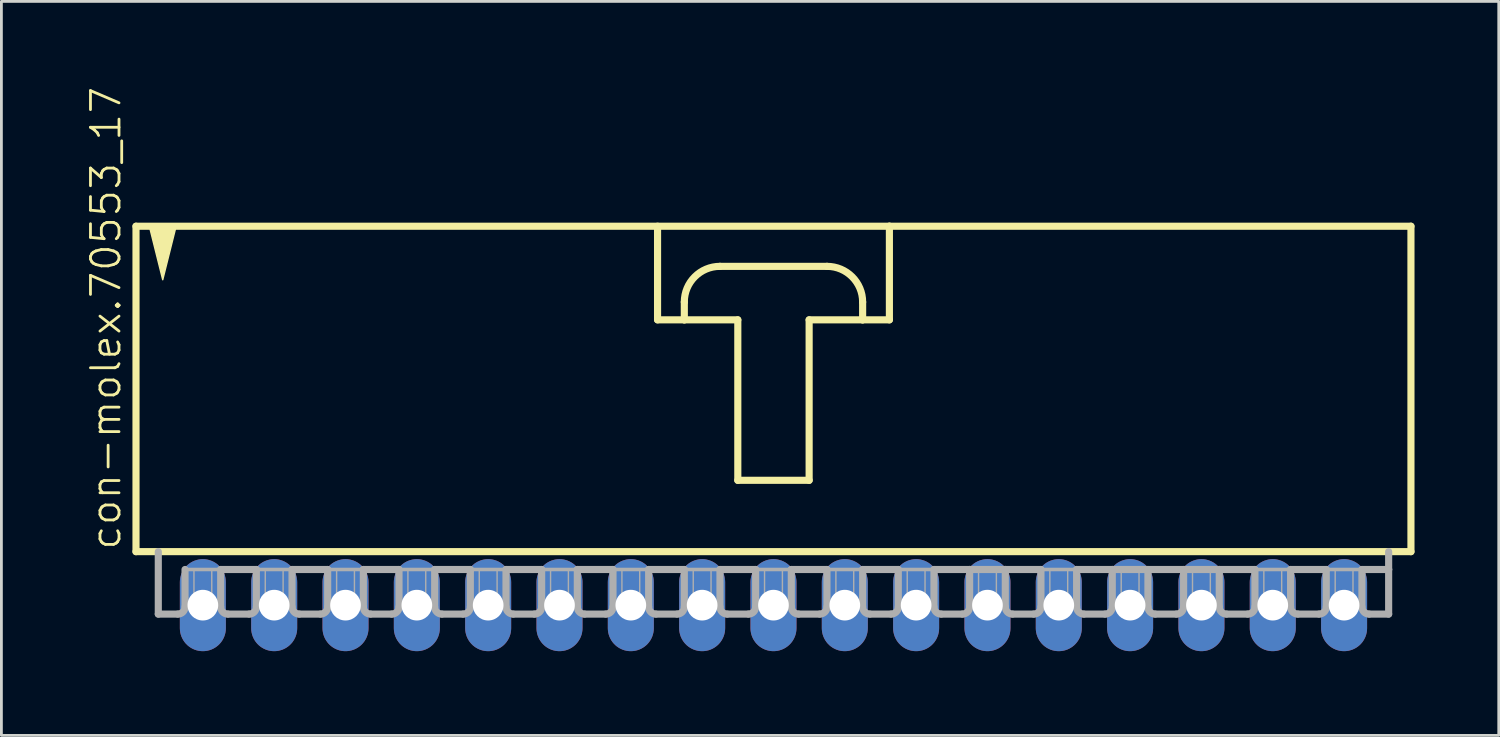
<source format=kicad_pcb>
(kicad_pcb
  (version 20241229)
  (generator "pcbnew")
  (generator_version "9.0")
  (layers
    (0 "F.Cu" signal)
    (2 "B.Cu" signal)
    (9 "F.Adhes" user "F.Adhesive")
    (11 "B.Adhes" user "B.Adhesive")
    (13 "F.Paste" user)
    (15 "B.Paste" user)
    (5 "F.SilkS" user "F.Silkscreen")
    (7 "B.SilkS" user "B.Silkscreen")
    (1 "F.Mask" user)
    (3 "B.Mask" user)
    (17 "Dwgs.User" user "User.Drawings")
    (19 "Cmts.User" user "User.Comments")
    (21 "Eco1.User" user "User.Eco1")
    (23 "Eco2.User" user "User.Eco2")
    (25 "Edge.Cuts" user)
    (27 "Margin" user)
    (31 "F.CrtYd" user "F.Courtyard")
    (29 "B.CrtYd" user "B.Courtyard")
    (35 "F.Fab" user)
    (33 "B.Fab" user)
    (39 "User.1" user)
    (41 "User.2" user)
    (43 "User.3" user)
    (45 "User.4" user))
  (footprint "con-molex.70553_17"
    (layer "F.Cu")
    (at 24.494 10.88)
    (property "Reference" "con-molex.70553_17" (at -23.177 5.715 90) (layer "F.SilkS") (effects (font (size 1.016 1.016) (thickness 0.1)) (justify left bottom)))
    (attr through_hole)
    (fp_line (start -22.701 -5.874) (end -22.701 5.715) (stroke (width 0.254) (type default)) (layer "F.SilkS"))
    (fp_line (start -22.701 5.715) (end 22.701 5.715) (stroke (width 0.254) (type default)) (layer "F.SilkS"))
    (fp_line (start -4.128 -5.874) (end -4.128 -2.54) (stroke (width 0.254) (type default)) (layer "F.SilkS"))
    (fp_line (start -4.128 -2.54) (end -3.175 -2.54) (stroke (width 0.254) (type default)) (layer "F.SilkS"))
    (fp_line (start -3.175 -2.54) (end -3.175 -3.175) (stroke (width 0.254) (type default)) (layer "F.SilkS"))
    (fp_line (start -3.175 -2.54) (end -1.27 -2.54) (stroke (width 0.254) (type default)) (layer "F.SilkS"))
    (fp_line (start -1.905 -4.445) (end 1.905 -4.445) (stroke (width 0.254) (type default)) (layer "F.SilkS"))
    (fp_line (start -1.27 -2.54) (end -1.27 3.175) (stroke (width 0.254) (type default)) (layer "F.SilkS"))
    (fp_line (start -1.27 3.175) (end 1.27 3.175) (stroke (width 0.254) (type default)) (layer "F.SilkS"))
    (fp_line (start 1.27 -2.54) (end 3.175 -2.54) (stroke (width 0.254) (type default)) (layer "F.SilkS"))
    (fp_line (start 1.27 3.175) (end 1.27 -2.54) (stroke (width 0.254) (type default)) (layer "F.SilkS"))
    (fp_line (start 3.175 -3.175) (end 3.175 -2.54) (stroke (width 0.254) (type default)) (layer "F.SilkS"))
    (fp_line (start 3.175 -2.54) (end 4.128 -2.54) (stroke (width 0.254) (type default)) (layer "F.SilkS"))
    (fp_line (start 4.128 -5.874) (end -22.701 -5.874) (stroke (width 0.254) (type default)) (layer "F.SilkS"))
    (fp_line (start 4.128 -2.54) (end 4.128 -5.874) (stroke (width 0.254) (type default)) (layer "F.SilkS"))
    (fp_line (start 22.701 -5.874) (end 4.128 -5.874) (stroke (width 0.254) (type default)) (layer "F.SilkS"))
    (fp_line (start 22.701 5.715) (end 22.701 -5.874) (stroke (width 0.254) (type default)) (layer "F.SilkS"))
    (fp_arc (start -3.175 -3.175) (mid -2.803026 -4.073026) (end -1.905 -4.445) (stroke (width 0.254) (type default)) (layer "F.SilkS"))
    (fp_arc (start 1.905 -4.445) (mid 2.803026 -4.073026) (end 3.175 -3.175) (stroke (width 0.254) (type default)) (layer "F.SilkS"))
    (fp_poly (pts (xy -22.225 -5.874) (xy -21.749 -3.969) (xy -21.273 -5.874)) (stroke (width 0.051) (type default)) (fill yes) (layer "F.SilkS"))
    (fp_line (start -21.907 5.715) (end -21.907 7.938) (stroke (width 0.254) (type default)) (layer "F.Fab"))
    (fp_line (start -21.209 7.938) (end -21.907 7.938) (stroke (width 0.254) (type default)) (layer "F.Fab"))
    (fp_line (start -20.955 6.35) (end -20.955 7.684) (stroke (width 0.254) (type default)) (layer "F.Fab"))
    (fp_line (start -20.955 6.35) (end -19.685 6.35) (stroke (width 0.127) (type default)) (layer "F.Fab"))
    (fp_line (start -19.685 6.35) (end -19.685 7.684) (stroke (width 0.254) (type default)) (layer "F.Fab"))
    (fp_line (start -19.685 6.35) (end -18.415 6.35) (stroke (width 0.254) (type default)) (layer "F.Fab"))
    (fp_line (start -18.669 7.938) (end -19.431 7.938) (stroke (width 0.254) (type default)) (layer "F.Fab"))
    (fp_line (start -18.415 6.35) (end -18.415 7.684) (stroke (width 0.254) (type default)) (layer "F.Fab"))
    (fp_line (start -18.415 6.35) (end -17.145 6.35) (stroke (width 0.127) (type default)) (layer "F.Fab"))
    (fp_line (start -17.145 6.35) (end -17.145 7.684) (stroke (width 0.254) (type default)) (layer "F.Fab"))
    (fp_line (start -17.145 6.35) (end -15.875 6.35) (stroke (width 0.254) (type default)) (layer "F.Fab"))
    (fp_line (start -16.129 7.938) (end -16.891 7.938) (stroke (width 0.254) (type default)) (layer "F.Fab"))
    (fp_line (start -15.875 6.35) (end -15.875 7.684) (stroke (width 0.254) (type default)) (layer "F.Fab"))
    (fp_line (start -15.875 6.35) (end -14.605 6.35) (stroke (width 0.127) (type default)) (layer "F.Fab"))
    (fp_line (start -14.605 6.35) (end -14.605 7.684) (stroke (width 0.254) (type default)) (layer "F.Fab"))
    (fp_line (start -14.605 6.35) (end -13.335 6.35) (stroke (width 0.254) (type default)) (layer "F.Fab"))
    (fp_line (start -13.589 7.938) (end -14.351 7.938) (stroke (width 0.254) (type default)) (layer "F.Fab"))
    (fp_line (start -13.335 6.35) (end -13.335 7.684) (stroke (width 0.254) (type default)) (layer "F.Fab"))
    (fp_line (start -13.335 6.35) (end -12.065 6.35) (stroke (width 0.127) (type default)) (layer "F.Fab"))
    (fp_line (start -12.065 6.35) (end -12.065 7.684) (stroke (width 0.254) (type default)) (layer "F.Fab"))
    (fp_line (start -12.065 6.35) (end -10.795 6.35) (stroke (width 0.254) (type default)) (layer "F.Fab"))
    (fp_line (start -11.049 7.938) (end -11.811 7.938) (stroke (width 0.254) (type default)) (layer "F.Fab"))
    (fp_line (start -10.795 6.35) (end -10.795 7.684) (stroke (width 0.254) (type default)) (layer "F.Fab"))
    (fp_line (start -10.795 6.35) (end -9.525 6.35) (stroke (width 0.127) (type default)) (layer "F.Fab"))
    (fp_line (start -9.525 6.35) (end -9.525 7.684) (stroke (width 0.254) (type default)) (layer "F.Fab"))
    (fp_line (start -9.525 6.35) (end -8.255 6.35) (stroke (width 0.254) (type default)) (layer "F.Fab"))
    (fp_line (start -8.509 7.938) (end -9.271 7.938) (stroke (width 0.254) (type default)) (layer "F.Fab"))
    (fp_line (start -8.255 6.35) (end -8.255 7.684) (stroke (width 0.254) (type default)) (layer "F.Fab"))
    (fp_line (start -8.255 6.35) (end -6.985 6.35) (stroke (width 0.127) (type default)) (layer "F.Fab"))
    (fp_line (start -6.985 6.35) (end -6.985 7.684) (stroke (width 0.254) (type default)) (layer "F.Fab"))
    (fp_line (start -6.985 6.35) (end -5.715 6.35) (stroke (width 0.254) (type default)) (layer "F.Fab"))
    (fp_line (start -5.969 7.938) (end -6.731 7.938) (stroke (width 0.254) (type default)) (layer "F.Fab"))
    (fp_line (start -5.715 6.35) (end -5.715 7.684) (stroke (width 0.254) (type default)) (layer "F.Fab"))
    (fp_line (start -5.715 6.35) (end -4.445 6.35) (stroke (width 0.127) (type default)) (layer "F.Fab"))
    (fp_line (start -4.445 6.35) (end -4.445 7.684) (stroke (width 0.254) (type default)) (layer "F.Fab"))
    (fp_line (start -4.445 6.35) (end -3.175 6.35) (stroke (width 0.254) (type default)) (layer "F.Fab"))
    (fp_line (start -3.429 7.938) (end -4.191 7.938) (stroke (width 0.254) (type default)) (layer "F.Fab"))
    (fp_line (start -3.175 6.35) (end -3.175 7.684) (stroke (width 0.254) (type default)) (layer "F.Fab"))
    (fp_line (start -3.175 6.35) (end -1.905 6.35) (stroke (width 0.127) (type default)) (layer "F.Fab"))
    (fp_line (start -1.905 6.35) (end -1.905 7.684) (stroke (width 0.254) (type default)) (layer "F.Fab"))
    (fp_line (start -1.905 6.35) (end -0.635 6.35) (stroke (width 0.254) (type default)) (layer "F.Fab"))
    (fp_line (start -0.889 7.938) (end -1.651 7.938) (stroke (width 0.254) (type default)) (layer "F.Fab"))
    (fp_line (start -0.635 6.35) (end -0.635 7.684) (stroke (width 0.254) (type default)) (layer "F.Fab"))
    (fp_line (start -0.635 6.35) (end 0.635 6.35) (stroke (width 0.127) (type default)) (layer "F.Fab"))
    (fp_line (start 0.635 6.35) (end 0.635 7.684) (stroke (width 0.254) (type default)) (layer "F.Fab"))
    (fp_line (start 0.635 6.35) (end 1.905 6.35) (stroke (width 0.254) (type default)) (layer "F.Fab"))
    (fp_line (start 1.651 7.938) (end 0.889 7.938) (stroke (width 0.254) (type default)) (layer "F.Fab"))
    (fp_line (start 1.905 6.35) (end 1.905 7.684) (stroke (width 0.254) (type default)) (layer "F.Fab"))
    (fp_line (start 1.905 6.35) (end 3.175 6.35) (stroke (width 0.127) (type default)) (layer "F.Fab"))
    (fp_line (start 3.175 6.35) (end 3.175 7.684) (stroke (width 0.254) (type default)) (layer "F.Fab"))
    (fp_line (start 3.175 6.35) (end 4.445 6.35) (stroke (width 0.254) (type default)) (layer "F.Fab"))
    (fp_line (start 4.191 7.938) (end 3.429 7.938) (stroke (width 0.254) (type default)) (layer "F.Fab"))
    (fp_line (start 4.445 6.35) (end 4.445 7.684) (stroke (width 0.254) (type default)) (layer "F.Fab"))
    (fp_line (start 4.445 6.35) (end 5.715 6.35) (stroke (width 0.127) (type default)) (layer "F.Fab"))
    (fp_line (start 5.715 6.35) (end 5.715 7.684) (stroke (width 0.254) (type default)) (layer "F.Fab"))
    (fp_line (start 5.715 6.35) (end 6.985 6.35) (stroke (width 0.254) (type default)) (layer "F.Fab"))
    (fp_line (start 6.731 7.938) (end 5.969 7.938) (stroke (width 0.254) (type default)) (layer "F.Fab"))
    (fp_line (start 6.985 6.35) (end 6.985 7.684) (stroke (width 0.254) (type default)) (layer "F.Fab"))
    (fp_line (start 6.985 6.35) (end 8.255 6.35) (stroke (width 0.254) (type default)) (layer "F.Fab"))
    (fp_line (start 8.255 6.35) (end 8.255 7.684) (stroke (width 0.254) (type default)) (layer "F.Fab"))
    (fp_line (start 8.255 6.35) (end 9.525 6.35) (stroke (width 0.254) (type default)) (layer "F.Fab"))
    (fp_line (start 9.271 7.938) (end 8.509 7.938) (stroke (width 0.254) (type default)) (layer "F.Fab"))
    (fp_line (start 9.525 6.35) (end 9.525 7.684) (stroke (width 0.254) (type default)) (layer "F.Fab"))
    (fp_line (start 9.525 6.35) (end 10.795 6.35) (stroke (width 0.127) (type default)) (layer "F.Fab"))
    (fp_line (start 10.795 6.35) (end 10.795 7.684) (stroke (width 0.254) (type default)) (layer "F.Fab"))
    (fp_line (start 10.795 6.35) (end 12.065 6.35) (stroke (width 0.254) (type default)) (layer "F.Fab"))
    (fp_line (start 11.811 7.938) (end 11.049 7.938) (stroke (width 0.254) (type default)) (layer "F.Fab"))
    (fp_line (start 12.065 6.35) (end 12.065 7.684) (stroke (width 0.254) (type default)) (layer "F.Fab"))
    (fp_line (start 12.065 6.35) (end 15.875 6.35) (stroke (width 0.254) (type default)) (layer "F.Fab"))
    (fp_line (start 13.335 6.35) (end 13.335 7.684) (stroke (width 0.254) (type default)) (layer "F.Fab"))
    (fp_line (start 14.351 7.938) (end 13.589 7.938) (stroke (width 0.254) (type default)) (layer "F.Fab"))
    (fp_line (start 14.605 6.35) (end 14.605 7.684) (stroke (width 0.254) (type default)) (layer "F.Fab"))
    (fp_line (start 15.875 6.35) (end 15.875 7.684) (stroke (width 0.254) (type default)) (layer "F.Fab"))
    (fp_line (start 15.875 6.35) (end 17.145 6.35) (stroke (width 0.254) (type default)) (layer "F.Fab"))
    (fp_line (start 16.129 7.938) (end 16.891 7.938) (stroke (width 0.254) (type default)) (layer "F.Fab"))
    (fp_line (start 17.145 6.35) (end 18.415 6.35) (stroke (width 0.127) (type default)) (layer "F.Fab"))
    (fp_line (start 17.145 7.684) (end 17.145 6.35) (stroke (width 0.254) (type default)) (layer "F.Fab"))
    (fp_line (start 18.415 6.35) (end 18.415 7.684) (stroke (width 0.254) (type default)) (layer "F.Fab"))
    (fp_line (start 18.415 6.35) (end 19.685 6.35) (stroke (width 0.254) (type default)) (layer "F.Fab"))
    (fp_line (start 18.669 7.938) (end 19.431 7.938) (stroke (width 0.254) (type default)) (layer "F.Fab"))
    (fp_line (start 19.685 6.35) (end 20.955 6.35) (stroke (width 0.127) (type default)) (layer "F.Fab"))
    (fp_line (start 19.685 7.684) (end 19.685 6.35) (stroke (width 0.254) (type default)) (layer "F.Fab"))
    (fp_line (start 20.955 6.35) (end 20.955 7.684) (stroke (width 0.254) (type default)) (layer "F.Fab"))
    (fp_line (start 20.955 6.35) (end 21.907 6.35) (stroke (width 0.254) (type default)) (layer "F.Fab"))
    (fp_line (start 21.209 7.938) (end 21.907 7.938) (stroke (width 0.254) (type default)) (layer "F.Fab"))
    (fp_line (start 21.907 6.35) (end 21.907 5.715) (stroke (width 0.254) (type default)) (layer "F.Fab"))
    (fp_line (start 21.907 7.938) (end 21.907 6.35) (stroke (width 0.254) (type default)) (layer "F.Fab"))
    (fp_rect (start -20.637 7.62) (end -20.003 6.35) (stroke (width 0.05) (type default)) (fill no) (layer "F.Fab"))
    (fp_rect (start -18.098 7.62) (end -17.462 6.35) (stroke (width 0.05) (type default)) (fill no) (layer "F.Fab"))
    (fp_rect (start -15.557 7.62) (end -14.922 6.35) (stroke (width 0.05) (type default)) (fill no) (layer "F.Fab"))
    (fp_rect (start -13.018 7.62) (end -12.383 6.35) (stroke (width 0.05) (type default)) (fill no) (layer "F.Fab"))
    (fp_rect (start -10.477 7.62) (end -9.842 6.35) (stroke (width 0.05) (type default)) (fill no) (layer "F.Fab"))
    (fp_rect (start -7.938 7.62) (end -7.303 6.35) (stroke (width 0.05) (type default)) (fill no) (layer "F.Fab"))
    (fp_rect (start -5.397 7.62) (end -4.763 6.35) (stroke (width 0.05) (type default)) (fill no) (layer "F.Fab"))
    (fp_rect (start -2.857 7.62) (end -2.223 6.35) (stroke (width 0.05) (type default)) (fill no) (layer "F.Fab"))
    (fp_rect (start -0.318 7.62) (end 0.318 6.35) (stroke (width 0.05) (type default)) (fill no) (layer "F.Fab"))
    (fp_rect (start 2.223 7.62) (end 2.857 6.35) (stroke (width 0.05) (type default)) (fill no) (layer "F.Fab"))
    (fp_rect (start 4.763 7.62) (end 5.397 6.35) (stroke (width 0.05) (type default)) (fill no) (layer "F.Fab"))
    (fp_rect (start 7.303 7.62) (end 7.938 6.35) (stroke (width 0.05) (type default)) (fill no) (layer "F.Fab"))
    (fp_rect (start 9.842 7.62) (end 10.477 6.35) (stroke (width 0.05) (type default)) (fill no) (layer "F.Fab"))
    (fp_rect (start 12.383 7.62) (end 13.018 6.35) (stroke (width 0.05) (type default)) (fill no) (layer "F.Fab"))
    (fp_rect (start 14.922 7.62) (end 15.557 6.35) (stroke (width 0.05) (type default)) (fill no) (layer "F.Fab"))
    (fp_rect (start 17.462 7.62) (end 18.098 6.35) (stroke (width 0.05) (type default)) (fill no) (layer "F.Fab"))
    (fp_rect (start 20.003 7.62) (end 20.637 6.35) (stroke (width 0.05) (type default)) (fill no) (layer "F.Fab"))
    (fp_arc (start -20.955 7.6835) (mid -21.029395 7.863105) (end -21.209 7.9375) (stroke (width 0.254) (type default)) (layer "F.Fab"))
    (fp_arc (start -19.431 7.9375) (mid -19.610605 7.863105) (end -19.685 7.6835) (stroke (width 0.254) (type default)) (layer "F.Fab"))
    (fp_arc (start -18.415 7.6835) (mid -18.489395 7.863105) (end -18.669 7.9375) (stroke (width 0.254) (type default)) (layer "F.Fab"))
    (fp_arc (start -16.891 7.9375) (mid -17.070605 7.863105) (end -17.145 7.6835) (stroke (width 0.254) (type default)) (layer "F.Fab"))
    (fp_arc (start -15.875 7.6835) (mid -15.949395 7.863105) (end -16.129 7.9375) (stroke (width 0.254) (type default)) (layer "F.Fab"))
    (fp_arc (start -14.351 7.9375) (mid -14.530605 7.863105) (end -14.605 7.6835) (stroke (width 0.254) (type default)) (layer "F.Fab"))
    (fp_arc (start -13.335 7.6835) (mid -13.409395 7.863105) (end -13.589 7.9375) (stroke (width 0.254) (type default)) (layer "F.Fab"))
    (fp_arc (start -11.811 7.9375) (mid -11.990605 7.863105) (end -12.065 7.6835) (stroke (width 0.254) (type default)) (layer "F.Fab"))
    (fp_arc (start -10.795 7.6835) (mid -10.869395 7.863105) (end -11.049 7.9375) (stroke (width 0.254) (type default)) (layer "F.Fab"))
    (fp_arc (start -9.271 7.9375) (mid -9.450605 7.863105) (end -9.525 7.6835) (stroke (width 0.254) (type default)) (layer "F.Fab"))
    (fp_arc (start -8.255 7.6835) (mid -8.329395 7.863105) (end -8.509 7.9375) (stroke (width 0.254) (type default)) (layer "F.Fab"))
    (fp_arc (start -6.731 7.9375) (mid -6.910605 7.863105) (end -6.985 7.6835) (stroke (width 0.254) (type default)) (layer "F.Fab"))
    (fp_arc (start -5.715 7.6835) (mid -5.789395 7.863105) (end -5.969 7.9375) (stroke (width 0.254) (type default)) (layer "F.Fab"))
    (fp_arc (start -4.191 7.9375) (mid -4.370605 7.863105) (end -4.445 7.6835) (stroke (width 0.254) (type default)) (layer "F.Fab"))
    (fp_arc (start -3.175 7.6835) (mid -3.249395 7.863105) (end -3.429 7.9375) (stroke (width 0.254) (type default)) (layer "F.Fab"))
    (fp_arc (start -1.651 7.9375) (mid -1.830605 7.863105) (end -1.905 7.6835) (stroke (width 0.254) (type default)) (layer "F.Fab"))
    (fp_arc (start -0.635 7.6835) (mid -0.709395 7.863105) (end -0.889 7.9375) (stroke (width 0.254) (type default)) (layer "F.Fab"))
    (fp_arc (start 0.889 7.9375) (mid 0.709395 7.863105) (end 0.635 7.6835) (stroke (width 0.254) (type default)) (layer "F.Fab"))
    (fp_arc (start 1.905 7.6835) (mid 1.830605 7.863105) (end 1.651 7.9375) (stroke (width 0.254) (type default)) (layer "F.Fab"))
    (fp_arc (start 3.429 7.9375) (mid 3.249395 7.863105) (end 3.175 7.6835) (stroke (width 0.254) (type default)) (layer "F.Fab"))
    (fp_arc (start 4.445 7.6835) (mid 4.370605 7.863105) (end 4.191 7.9375) (stroke (width 0.254) (type default)) (layer "F.Fab"))
    (fp_arc (start 5.969 7.9375) (mid 5.789395 7.863105) (end 5.715 7.6835) (stroke (width 0.254) (type default)) (layer "F.Fab"))
    (fp_arc (start 6.985 7.6835) (mid 6.910605 7.863105) (end 6.731 7.9375) (stroke (width 0.254) (type default)) (layer "F.Fab"))
    (fp_arc (start 8.509 7.9375) (mid 8.329395 7.863105) (end 8.255 7.6835) (stroke (width 0.254) (type default)) (layer "F.Fab"))
    (fp_arc (start 9.525 7.6835) (mid 9.450605 7.863105) (end 9.271 7.9375) (stroke (width 0.254) (type default)) (layer "F.Fab"))
    (fp_arc (start 11.049 7.9375) (mid 10.869395 7.863105) (end 10.795 7.6835) (stroke (width 0.254) (type default)) (layer "F.Fab"))
    (fp_arc (start 12.065 7.6835) (mid 11.990605 7.863105) (end 11.811 7.9375) (stroke (width 0.254) (type default)) (layer "F.Fab"))
    (fp_arc (start 13.589 7.9375) (mid 13.409395 7.863105) (end 13.335 7.6835) (stroke (width 0.254) (type default)) (layer "F.Fab"))
    (fp_arc (start 14.605 7.6835) (mid 14.530605 7.863105) (end 14.351 7.9375) (stroke (width 0.254) (type default)) (layer "F.Fab"))
    (fp_arc (start 16.129 7.9375) (mid 15.949395 7.863105) (end 15.875 7.6835) (stroke (width 0.254) (type default)) (layer "F.Fab"))
    (fp_arc (start 17.145 7.6835) (mid 17.070605 7.863105) (end 16.891 7.9375) (stroke (width 0.254) (type default)) (layer "F.Fab"))
    (fp_arc (start 18.669 7.9375) (mid 18.489395 7.863105) (end 18.415 7.6835) (stroke (width 0.254) (type default)) (layer "F.Fab"))
    (fp_arc (start 19.685 7.6835) (mid 19.610605 7.863105) (end 19.431 7.9375) (stroke (width 0.254) (type default)) (layer "F.Fab"))
    (fp_arc (start 21.209 7.9375) (mid 21.029395 7.863105) (end 20.955 7.6835) (stroke (width 0.254) (type default)) (layer "F.Fab"))
    (pad "1" thru_hole oval (at -20.32 7.62 90) (size 3.277 1.638) (drill 1.092) (layers "*.Cu" "*.Mask"))
    (pad "2" thru_hole oval (at -17.78 7.62 90) (size 3.277 1.638) (drill 1.092) (layers "*.Cu" "*.Mask"))
    (pad "3" thru_hole oval (at -15.24 7.62 90) (size 3.277 1.638) (drill 1.092) (layers "*.Cu" "*.Mask"))
    (pad "4" thru_hole oval (at -12.7 7.62 90) (size 3.277 1.638) (drill 1.092) (layers "*.Cu" "*.Mask"))
    (pad "5" thru_hole oval (at -10.16 7.62 90) (size 3.277 1.638) (drill 1.092) (layers "*.Cu" "*.Mask"))
    (pad "6" thru_hole oval (at -7.62 7.62 90) (size 3.277 1.638) (drill 1.092) (layers "*.Cu" "*.Mask"))
    (pad "7" thru_hole oval (at -5.08 7.62 90) (size 3.277 1.638) (drill 1.092) (layers "*.Cu" "*.Mask"))
    (pad "8" thru_hole oval (at -2.54 7.62 90) (size 3.277 1.638) (drill 1.092) (layers "*.Cu" "*.Mask"))
    (pad "9" thru_hole oval (at 0 7.62 90) (size 3.277 1.638) (drill 1.092) (layers "*.Cu" "*.Mask"))
    (pad "10" thru_hole oval (at 2.54 7.62 90) (size 3.277 1.638) (drill 1.092) (layers "*.Cu" "*.Mask"))
    (pad "11" thru_hole oval (at 5.08 7.62 90) (size 3.277 1.638) (drill 1.092) (layers "*.Cu" "*.Mask"))
    (pad "12" thru_hole oval (at 7.62 7.62 90) (size 3.277 1.638) (drill 1.092) (layers "*.Cu" "*.Mask"))
    (pad "13" thru_hole oval (at 10.16 7.62 90) (size 3.277 1.638) (drill 1.092) (layers "*.Cu" "*.Mask"))
    (pad "14" thru_hole oval (at 12.7 7.62 90) (size 3.277 1.638) (drill 1.092) (layers "*.Cu" "*.Mask"))
    (pad "15" thru_hole oval (at 15.24 7.62 90) (size 3.277 1.638) (drill 1.092) (layers "*.Cu" "*.Mask"))
    (pad "16" thru_hole oval (at 17.78 7.62 90) (size 3.277 1.638) (drill 1.092) (layers "*.Cu" "*.Mask"))
    (pad "17" thru_hole oval (at 20.32 7.62 90) (size 3.277 1.638) (drill 1.092) (layers "*.Cu" "*.Mask")))
  (gr_rect
    (start -3 -3)
    (end 50.322 23.138)
    (stroke (width 0.1) (type default))
    (fill no)
    (layer "Edge.Cuts")))
</source>
